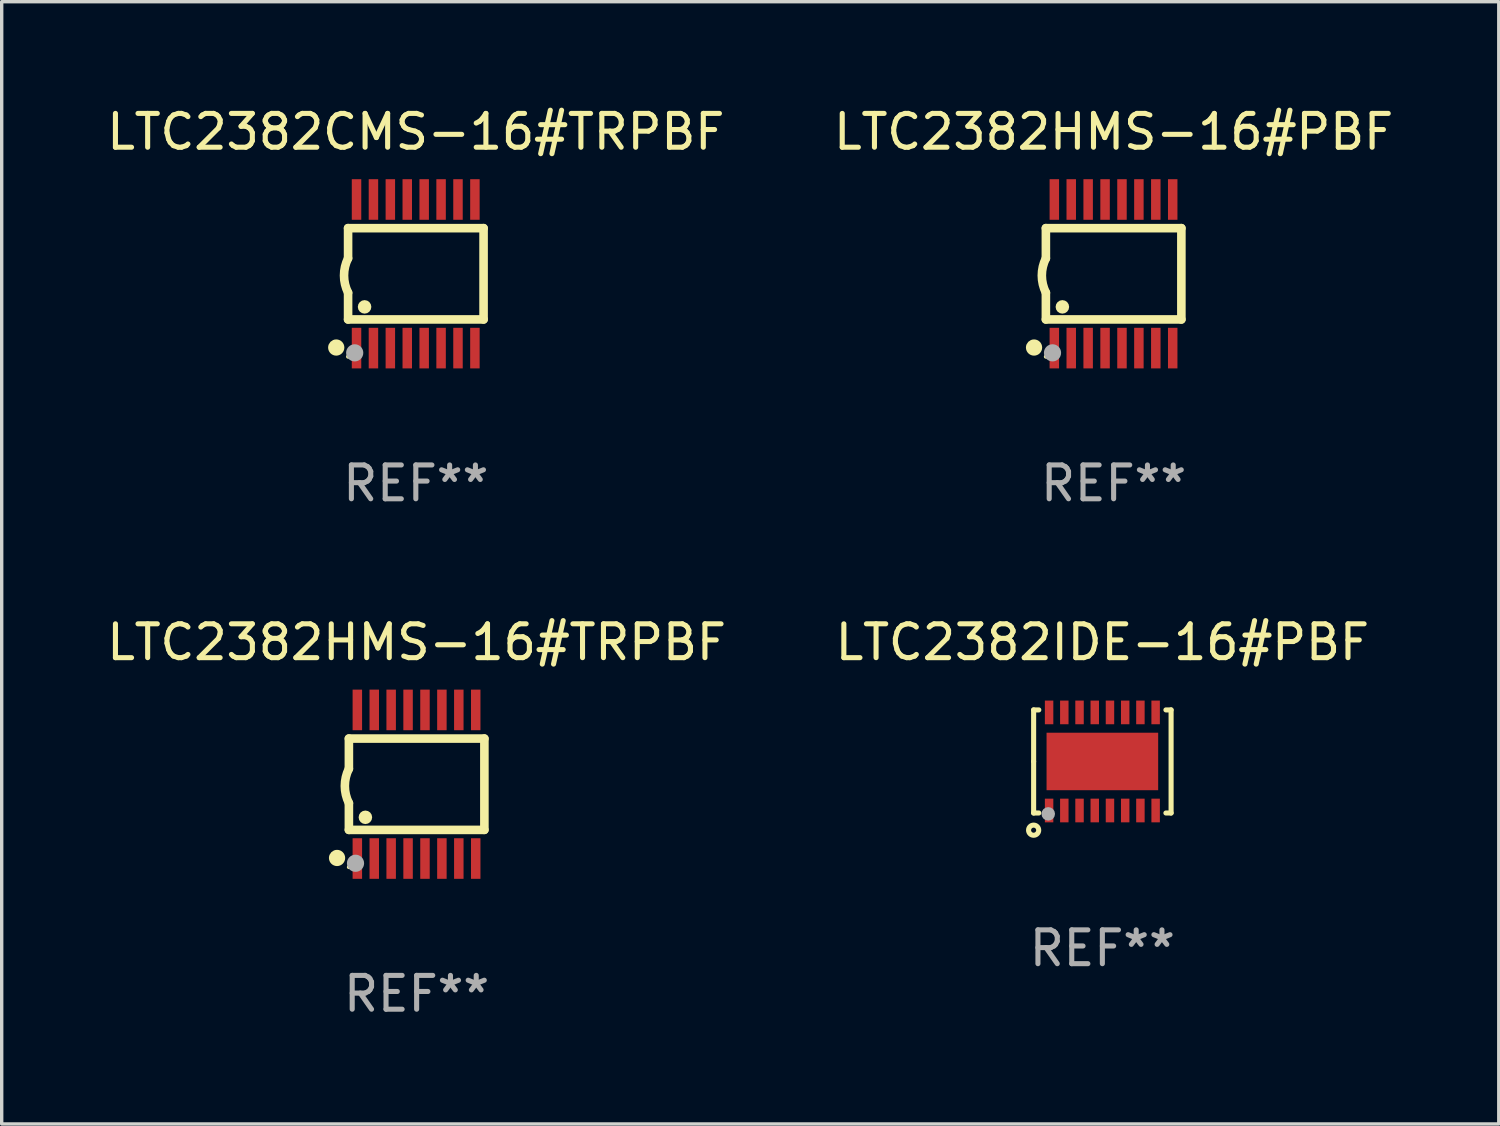
<source format=kicad_pcb>
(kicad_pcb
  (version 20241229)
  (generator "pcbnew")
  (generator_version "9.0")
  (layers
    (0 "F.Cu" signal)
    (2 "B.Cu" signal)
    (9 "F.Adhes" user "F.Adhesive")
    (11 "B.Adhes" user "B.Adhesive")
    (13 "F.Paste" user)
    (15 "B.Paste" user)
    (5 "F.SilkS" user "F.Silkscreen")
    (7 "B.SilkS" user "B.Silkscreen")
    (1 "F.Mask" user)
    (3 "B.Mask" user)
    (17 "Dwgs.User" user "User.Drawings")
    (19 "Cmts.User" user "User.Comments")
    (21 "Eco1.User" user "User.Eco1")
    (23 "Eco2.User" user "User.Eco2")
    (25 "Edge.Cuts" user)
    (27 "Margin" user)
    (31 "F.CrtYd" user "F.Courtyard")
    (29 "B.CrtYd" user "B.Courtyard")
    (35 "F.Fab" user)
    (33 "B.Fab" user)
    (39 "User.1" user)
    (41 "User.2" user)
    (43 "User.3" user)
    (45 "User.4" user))
  (footprint "LTC2382HMS-16#TRPBF"
    (layer "F.Cu")
    (at 9.268 20.136)
    (property "Reference" "LTC2382HMS-16#TRPBF" (at 0 -4.197 0) (layer "F.SilkS") (effects (font (size 1 1) (thickness 0.15))))
    (attr through_hole)
    (fp_line (start -2.003 -1.35) (end -2.003 -0.457) (stroke (width 0.254) (type solid)) (layer "F.SilkS"))
    (fp_line (start -2.003 -1.35) (end 2.003 -1.35) (stroke (width 0.254) (type solid)) (layer "F.SilkS"))
    (fp_line (start -2.003 1.35) (end -2.003 0.559) (stroke (width 0.254) (type solid)) (layer "F.SilkS"))
    (fp_line (start -2.003 1.35) (end 2.003 1.35) (stroke (width 0.254) (type solid)) (layer "F.SilkS"))
    (fp_line (start 2.003 -1.35) (end 2.003 1.35) (stroke (width 0.254) (type solid)) (layer "F.SilkS"))
    (fp_arc (start -2.002286 0.558802) (mid -2.122556 0.05092) (end -2.003302 -0.457201) (stroke (width 0.254001) (type solid)) (layer "F.SilkS"))
    (fp_circle (center -2.353 2.18) (end -2.233 2.18) (stroke (width 0.24) (type solid)) (fill no) (layer "F.SilkS"))
    (fp_circle (center -2.003 2.45) (end -1.973 2.45) (stroke (width 0.06) (type solid)) (fill no) (layer "F.SilkS"))
    (fp_circle (center -1.515 0.978) (end -1.415 0.978) (stroke (width 0.2) (type solid)) (fill no) (layer "F.SilkS"))
    (fp_circle (center -1.807 2.337) (end -1.68 2.337) (stroke (width 0.254) (type solid)) (fill no) (layer "F.Fab"))
    (fp_text user "REF**" (at 0 6.197 0) (layer "F.Fab") (effects (font (size 1 1) (thickness 0.15))))
    (pad "1" smd rect (at -1.753 2.197 90) (size 1.2 0.28) (layers "F.Cu" "F.Mask" "F.Paste"))
    (pad "2" smd rect (at -1.253 2.197 90) (size 1.2 0.28) (layers "F.Cu" "F.Mask" "F.Paste"))
    (pad "3" smd rect (at -0.753 2.197 90) (size 1.2 0.28) (layers "F.Cu" "F.Mask" "F.Paste"))
    (pad "4" smd rect (at -0.253 2.197 90) (size 1.2 0.28) (layers "F.Cu" "F.Mask" "F.Paste"))
    (pad "5" smd rect (at 0.247 2.197 90) (size 1.2 0.28) (layers "F.Cu" "F.Mask" "F.Paste"))
    (pad "6" smd rect (at 0.747 2.197 90) (size 1.2 0.28) (layers "F.Cu" "F.Mask" "F.Paste"))
    (pad "7" smd rect (at 1.247 2.197 90) (size 1.2 0.28) (layers "F.Cu" "F.Mask" "F.Paste"))
    (pad "8" smd rect (at 1.747 2.197 90) (size 1.2 0.28) (layers "F.Cu" "F.Mask" "F.Paste"))
    (pad "9" smd rect (at 1.747 -2.197 90) (size 1.2 0.28) (layers "F.Cu" "F.Mask" "F.Paste"))
    (pad "10" smd rect (at 1.247 -2.197 90) (size 1.2 0.28) (layers "F.Cu" "F.Mask" "F.Paste"))
    (pad "11" smd rect (at 0.747 -2.197 90) (size 1.2 0.28) (layers "F.Cu" "F.Mask" "F.Paste"))
    (pad "12" smd rect (at 0.247 -2.197 90) (size 1.2 0.28) (layers "F.Cu" "F.Mask" "F.Paste"))
    (pad "13" smd rect (at -0.253 -2.197 90) (size 1.2 0.28) (layers "F.Cu" "F.Mask" "F.Paste"))
    (pad "14" smd rect (at -0.753 -2.197 90) (size 1.2 0.28) (layers "F.Cu" "F.Mask" "F.Paste"))
    (pad "15" smd rect (at -1.253 -2.197 90) (size 1.2 0.28) (layers "F.Cu" "F.Mask" "F.Paste"))
    (pad "16" smd rect (at -1.753 -2.197 90) (size 1.2 0.28) (layers "F.Cu" "F.Mask" "F.Paste")))
  (footprint "LTC2382HMS-16#PBF"
    (layer "F.Cu")
    (at 29.875 5.045)
    (property "Reference" "LTC2382HMS-16#PBF" (at 0 -4.197 0) (layer "F.SilkS") (effects (font (size 1 1) (thickness 0.15))))
    (attr through_hole)
    (fp_line (start -2.003 -1.35) (end -2.003 -0.457) (stroke (width 0.254) (type solid)) (layer "F.SilkS"))
    (fp_line (start -2.003 -1.35) (end 2.003 -1.35) (stroke (width 0.254) (type solid)) (layer "F.SilkS"))
    (fp_line (start -2.003 1.35) (end -2.003 0.559) (stroke (width 0.254) (type solid)) (layer "F.SilkS"))
    (fp_line (start -2.003 1.35) (end 2.003 1.35) (stroke (width 0.254) (type solid)) (layer "F.SilkS"))
    (fp_line (start 2.003 -1.35) (end 2.003 1.35) (stroke (width 0.254) (type solid)) (layer "F.SilkS"))
    (fp_arc (start -2.002286 0.558802) (mid -2.122556 0.05092) (end -2.003302 -0.457201) (stroke (width 0.254001) (type solid)) (layer "F.SilkS"))
    (fp_circle (center -2.353 2.18) (end -2.233 2.18) (stroke (width 0.24) (type solid)) (fill no) (layer "F.SilkS"))
    (fp_circle (center -2.003 2.45) (end -1.973 2.45) (stroke (width 0.06) (type solid)) (fill no) (layer "F.SilkS"))
    (fp_circle (center -1.515 0.978) (end -1.415 0.978) (stroke (width 0.2) (type solid)) (fill no) (layer "F.SilkS"))
    (fp_circle (center -1.807 2.337) (end -1.68 2.337) (stroke (width 0.254) (type solid)) (fill no) (layer "F.Fab"))
    (fp_text user "REF**" (at 0 6.197 0) (layer "F.Fab") (effects (font (size 1 1) (thickness 0.15))))
    (pad "1" smd rect (at -1.753 2.197 90) (size 1.2 0.28) (layers "F.Cu" "F.Mask" "F.Paste"))
    (pad "2" smd rect (at -1.253 2.197 90) (size 1.2 0.28) (layers "F.Cu" "F.Mask" "F.Paste"))
    (pad "3" smd rect (at -0.753 2.197 90) (size 1.2 0.28) (layers "F.Cu" "F.Mask" "F.Paste"))
    (pad "4" smd rect (at -0.253 2.197 90) (size 1.2 0.28) (layers "F.Cu" "F.Mask" "F.Paste"))
    (pad "5" smd rect (at 0.247 2.197 90) (size 1.2 0.28) (layers "F.Cu" "F.Mask" "F.Paste"))
    (pad "6" smd rect (at 0.747 2.197 90) (size 1.2 0.28) (layers "F.Cu" "F.Mask" "F.Paste"))
    (pad "7" smd rect (at 1.247 2.197 90) (size 1.2 0.28) (layers "F.Cu" "F.Mask" "F.Paste"))
    (pad "8" smd rect (at 1.747 2.197 90) (size 1.2 0.28) (layers "F.Cu" "F.Mask" "F.Paste"))
    (pad "9" smd rect (at 1.747 -2.197 90) (size 1.2 0.28) (layers "F.Cu" "F.Mask" "F.Paste"))
    (pad "10" smd rect (at 1.247 -2.197 90) (size 1.2 0.28) (layers "F.Cu" "F.Mask" "F.Paste"))
    (pad "11" smd rect (at 0.747 -2.197 90) (size 1.2 0.28) (layers "F.Cu" "F.Mask" "F.Paste"))
    (pad "12" smd rect (at 0.247 -2.197 90) (size 1.2 0.28) (layers "F.Cu" "F.Mask" "F.Paste"))
    (pad "13" smd rect (at -0.253 -2.197 90) (size 1.2 0.28) (layers "F.Cu" "F.Mask" "F.Paste"))
    (pad "14" smd rect (at -0.753 -2.197 90) (size 1.2 0.28) (layers "F.Cu" "F.Mask" "F.Paste"))
    (pad "15" smd rect (at -1.253 -2.197 90) (size 1.2 0.28) (layers "F.Cu" "F.Mask" "F.Paste"))
    (pad "16" smd rect (at -1.753 -2.197 90) (size 1.2 0.28) (layers "F.Cu" "F.Mask" "F.Paste")))
  (footprint "LTC2382CMS-16#TRPBF"
    (layer "F.Cu")
    (at 9.244 5.045)
    (property "Reference" "LTC2382CMS-16#TRPBF" (at 0 -4.197 0) (layer "F.SilkS") (effects (font (size 1 1) (thickness 0.15))))
    (attr through_hole)
    (fp_line (start -2.003 -1.35) (end -2.003 -0.457) (stroke (width 0.254) (type solid)) (layer "F.SilkS"))
    (fp_line (start -2.003 -1.35) (end 2.003 -1.35) (stroke (width 0.254) (type solid)) (layer "F.SilkS"))
    (fp_line (start -2.003 1.35) (end -2.003 0.559) (stroke (width 0.254) (type solid)) (layer "F.SilkS"))
    (fp_line (start -2.003 1.35) (end 2.003 1.35) (stroke (width 0.254) (type solid)) (layer "F.SilkS"))
    (fp_line (start 2.003 -1.35) (end 2.003 1.35) (stroke (width 0.254) (type solid)) (layer "F.SilkS"))
    (fp_arc (start -2.002286 0.558802) (mid -2.122556 0.05092) (end -2.003302 -0.457201) (stroke (width 0.254001) (type solid)) (layer "F.SilkS"))
    (fp_circle (center -2.353 2.18) (end -2.233 2.18) (stroke (width 0.24) (type solid)) (fill no) (layer "F.SilkS"))
    (fp_circle (center -2.003 2.45) (end -1.973 2.45) (stroke (width 0.06) (type solid)) (fill no) (layer "F.SilkS"))
    (fp_circle (center -1.515 0.978) (end -1.415 0.978) (stroke (width 0.2) (type solid)) (fill no) (layer "F.SilkS"))
    (fp_circle (center -1.807 2.337) (end -1.68 2.337) (stroke (width 0.254) (type solid)) (fill no) (layer "F.Fab"))
    (fp_text user "REF**" (at 0 6.197 0) (layer "F.Fab") (effects (font (size 1 1) (thickness 0.15))))
    (pad "1" smd rect (at -1.753 2.197 90) (size 1.2 0.28) (layers "F.Cu" "F.Mask" "F.Paste"))
    (pad "2" smd rect (at -1.253 2.197 90) (size 1.2 0.28) (layers "F.Cu" "F.Mask" "F.Paste"))
    (pad "3" smd rect (at -0.753 2.197 90) (size 1.2 0.28) (layers "F.Cu" "F.Mask" "F.Paste"))
    (pad "4" smd rect (at -0.253 2.197 90) (size 1.2 0.28) (layers "F.Cu" "F.Mask" "F.Paste"))
    (pad "5" smd rect (at 0.247 2.197 90) (size 1.2 0.28) (layers "F.Cu" "F.Mask" "F.Paste"))
    (pad "6" smd rect (at 0.747 2.197 90) (size 1.2 0.28) (layers "F.Cu" "F.Mask" "F.Paste"))
    (pad "7" smd rect (at 1.247 2.197 90) (size 1.2 0.28) (layers "F.Cu" "F.Mask" "F.Paste"))
    (pad "8" smd rect (at 1.747 2.197 90) (size 1.2 0.28) (layers "F.Cu" "F.Mask" "F.Paste"))
    (pad "9" smd rect (at 1.747 -2.197 90) (size 1.2 0.28) (layers "F.Cu" "F.Mask" "F.Paste"))
    (pad "10" smd rect (at 1.247 -2.197 90) (size 1.2 0.28) (layers "F.Cu" "F.Mask" "F.Paste"))
    (pad "11" smd rect (at 0.747 -2.197 90) (size 1.2 0.28) (layers "F.Cu" "F.Mask" "F.Paste"))
    (pad "12" smd rect (at 0.247 -2.197 90) (size 1.2 0.28) (layers "F.Cu" "F.Mask" "F.Paste"))
    (pad "13" smd rect (at -0.253 -2.197 90) (size 1.2 0.28) (layers "F.Cu" "F.Mask" "F.Paste"))
    (pad "14" smd rect (at -0.753 -2.197 90) (size 1.2 0.28) (layers "F.Cu" "F.Mask" "F.Paste"))
    (pad "15" smd rect (at -1.253 -2.197 90) (size 1.2 0.28) (layers "F.Cu" "F.Mask" "F.Paste"))
    (pad "16" smd rect (at -1.753 -2.197 90) (size 1.2 0.28) (layers "F.Cu" "F.Mask" "F.Paste")))
  (footprint "LTC2382IDE-16#PBF"
    (layer "F.Cu")
    (at 29.542 19.463)
    (property "Reference" "LTC2382IDE-16#PBF" (at 0 -3.524 0) (layer "F.SilkS") (effects (font (size 1 1) (thickness 0.15))))
    (attr through_hole)
    (fp_line (start -2.032 -1.524) (end -1.879 -1.524) (stroke (width 0.15) (type solid)) (layer "F.SilkS"))
    (fp_line (start -2.032 0) (end -2.032 -1.524) (stroke (width 0.15) (type solid)) (layer "F.SilkS"))
    (fp_line (start -2.032 1.524) (end -2.032 0) (stroke (width 0.15) (type solid)) (layer "F.SilkS"))
    (fp_line (start -1.879 1.524) (end -2.032 1.524) (stroke (width 0.15) (type solid)) (layer "F.SilkS"))
    (fp_line (start 1.879 -1.524) (end 2.032 -1.524) (stroke (width 0.15) (type solid)) (layer "F.SilkS"))
    (fp_line (start 2.032 -1.524) (end 2.032 1.524) (stroke (width 0.15) (type solid)) (layer "F.SilkS"))
    (fp_line (start 2.032 1.524) (end 1.879 1.524) (stroke (width 0.15) (type solid)) (layer "F.SilkS"))
    (fp_circle (center -2.032 2.032) (end -1.882 2.032) (stroke (width 0.15) (type solid)) (fill no) (layer "F.SilkS"))
    (fp_circle (center -2 1.5) (end -1.97 1.5) (stroke (width 0.06) (type solid)) (fill no) (layer "F.SilkS"))
    (fp_circle (center -1.6 1.55) (end -1.5 1.55) (stroke (width 0.2) (type solid)) (fill no) (layer "F.Fab"))
    (fp_text user "REF**" (at 0 5.524 0) (layer "F.Fab") (effects (font (size 1 1) (thickness 0.15))))
    (pad "1" smd rect (at -1.575 1.45 90) (size 0.7 0.25) (layers "F.Cu" "F.Mask" "F.Paste"))
    (pad "2" smd rect (at -1.125 1.45 90) (size 0.7 0.25) (layers "F.Cu" "F.Mask" "F.Paste"))
    (pad "3" smd rect (at -0.675 1.45 90) (size 0.7 0.25) (layers "F.Cu" "F.Mask" "F.Paste"))
    (pad "4" smd rect (at -0.225 1.45 90) (size 0.7 0.25) (layers "F.Cu" "F.Mask" "F.Paste"))
    (pad "5" smd rect (at 0.225 1.45 90) (size 0.7 0.25) (layers "F.Cu" "F.Mask" "F.Paste"))
    (pad "6" smd rect (at 0.675 1.45 90) (size 0.7 0.25) (layers "F.Cu" "F.Mask" "F.Paste"))
    (pad "7" smd rect (at 1.125 1.45 90) (size 0.7 0.25) (layers "F.Cu" "F.Mask" "F.Paste"))
    (pad "8" smd rect (at 1.575 1.45 90) (size 0.7 0.25) (layers "F.Cu" "F.Mask" "F.Paste"))
    (pad "9" smd rect (at 1.575 -1.45 90) (size 0.7 0.25) (layers "F.Cu" "F.Mask" "F.Paste"))
    (pad "10" smd rect (at 1.125 -1.45 90) (size 0.7 0.25) (layers "F.Cu" "F.Mask" "F.Paste"))
    (pad "11" smd rect (at 0.675 -1.45 90) (size 0.7 0.25) (layers "F.Cu" "F.Mask" "F.Paste"))
    (pad "12" smd rect (at 0.225 -1.45 90) (size 0.7 0.25) (layers "F.Cu" "F.Mask" "F.Paste"))
    (pad "13" smd rect (at -0.225 -1.45 90) (size 0.7 0.25) (layers "F.Cu" "F.Mask" "F.Paste"))
    (pad "14" smd rect (at -0.675 -1.45 90) (size 0.7 0.25) (layers "F.Cu" "F.Mask" "F.Paste"))
    (pad "15" smd rect (at -1.125 -1.45 90) (size 0.7 0.25) (layers "F.Cu" "F.Mask" "F.Paste"))
    (pad "16" smd rect (at -1.575 -1.45 90) (size 0.7 0.25) (layers "F.Cu" "F.Mask" "F.Paste"))
    (pad "17" smd rect (at 0.000127 0 90) (size 1.7 3.3) (layers "F.Cu" "F.Mask" "F.Paste")))
  (gr_rect
    (start -3 -3)
    (end 41.262 30.181)
    (stroke (width 0.1) (type default))
    (fill no)
    (layer "Edge.Cuts")))
</source>
